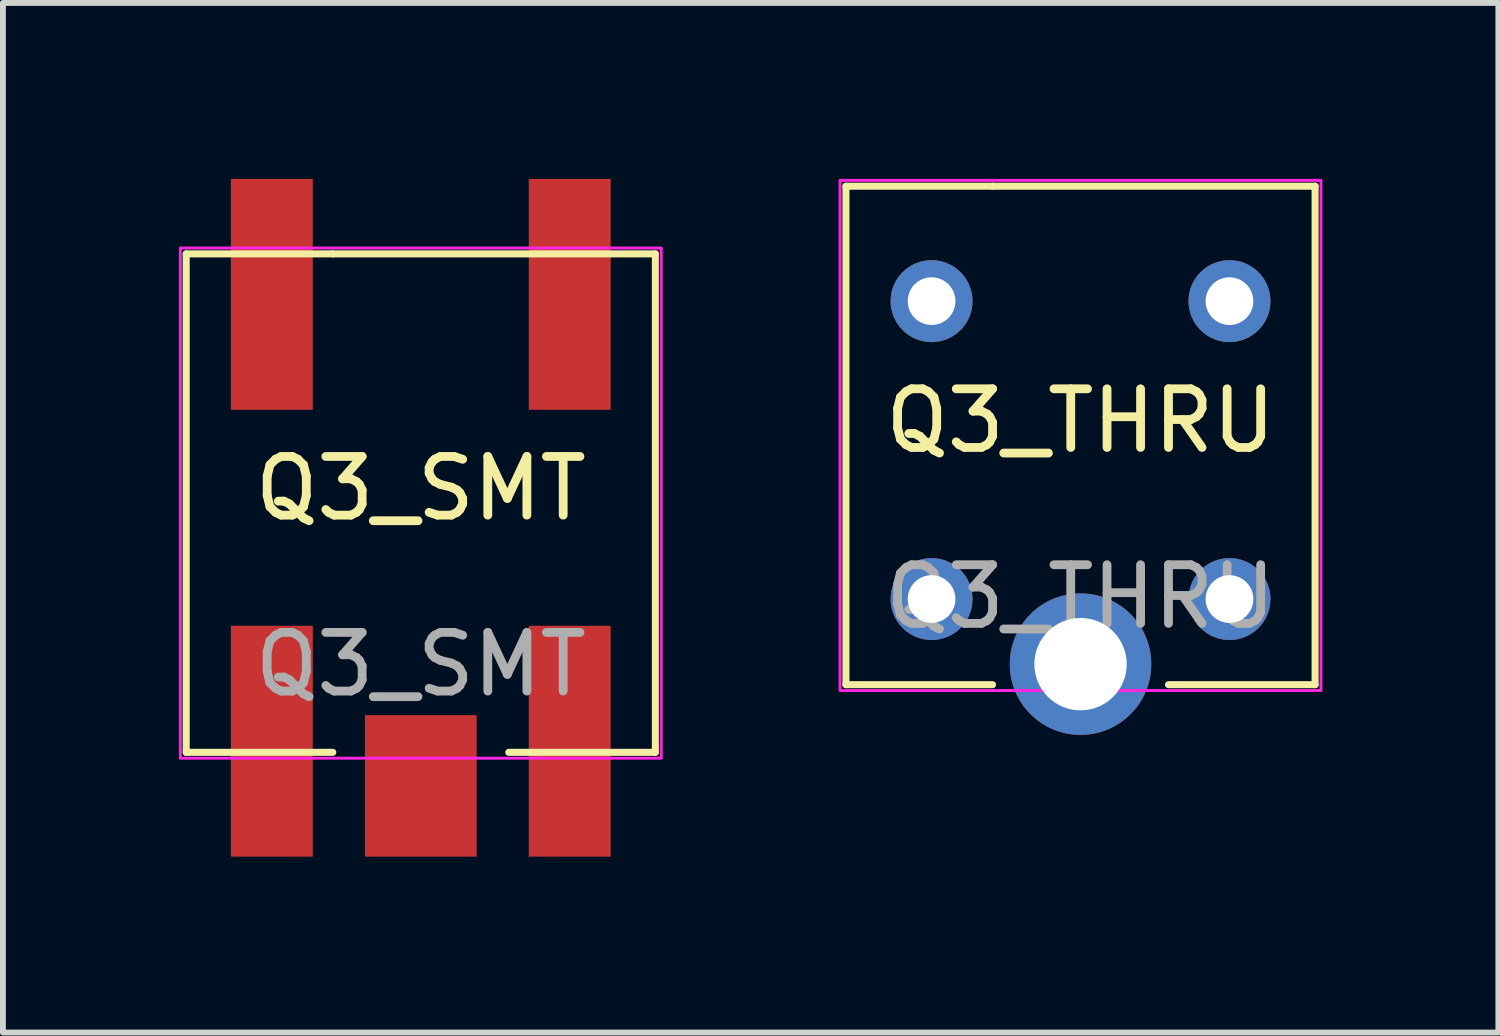
<source format=kicad_pcb>
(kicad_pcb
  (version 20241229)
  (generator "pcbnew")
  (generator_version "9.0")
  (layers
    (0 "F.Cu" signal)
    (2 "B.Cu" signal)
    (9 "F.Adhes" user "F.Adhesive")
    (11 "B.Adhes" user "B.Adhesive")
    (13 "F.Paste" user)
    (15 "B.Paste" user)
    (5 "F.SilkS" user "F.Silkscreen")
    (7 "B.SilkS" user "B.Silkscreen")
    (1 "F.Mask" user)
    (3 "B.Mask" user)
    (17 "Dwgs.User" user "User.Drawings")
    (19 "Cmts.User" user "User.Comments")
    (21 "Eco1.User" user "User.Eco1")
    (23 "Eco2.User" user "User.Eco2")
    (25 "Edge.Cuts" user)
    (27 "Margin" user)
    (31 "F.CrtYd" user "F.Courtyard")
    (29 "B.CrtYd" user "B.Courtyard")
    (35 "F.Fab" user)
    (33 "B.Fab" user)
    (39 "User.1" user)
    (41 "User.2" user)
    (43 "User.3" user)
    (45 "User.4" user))
  (footprint "Q3_SMT"
    (layer "F.Cu")
    (at 4.125 5.779)
    (property "Reference" "Q3_SMT" (at 0 -0.5 0) (unlocked yes) (layer "F.SilkS") (effects (font (size 1 1) (thickness 0.15))))
    (attr smd)
    (fp_line (start -4 -4.5) (end -1.5 -4.5) (stroke (width 0.12) (type solid)) (layer "F.SilkS"))
    (fp_line (start -4 4) (end -4 -4.5) (stroke (width 0.12) (type solid)) (layer "F.SilkS"))
    (fp_line (start -1.5 -4.5) (end 4 -4.5) (stroke (width 0.12) (type solid)) (layer "F.SilkS"))
    (fp_line (start -1.5 4) (end -4 4) (stroke (width 0.12) (type solid)) (layer "F.SilkS"))
    (fp_line (start 4 -4.5) (end 4 4) (stroke (width 0.12) (type solid)) (layer "F.SilkS"))
    (fp_line (start 4 4) (end 1.5 4) (stroke (width 0.12) (type solid)) (layer "F.SilkS"))
    (fp_rect (start -4.1 -4.6) (end 4.1 4.1) (stroke (width 0.05) (type solid)) (fill no) (layer "F.CrtYd"))
    (fp_text user "${REFERENCE}" (at 0 2.5 0) (unlocked yes) (layer "F.Fab") (effects (font (size 1 1) (thickness 0.15))))
    (pad "1" smd rect (at -2.54 -3.81) (size 1.397 3.937) (layers "F.Cu" "F.Mask" "F.Paste"))
    (pad "2" smd rect (at 2.54 -3.81) (size 1.397 3.937) (layers "F.Cu" "F.Mask" "F.Paste"))
    (pad "3" smd rect (at 2.54 3.81) (size 1.397 3.937) (layers "F.Cu" "F.Mask" "F.Paste"))
    (pad "4" smd rect (at -2.54 3.81) (size 1.397 3.937) (layers "F.Cu" "F.Mask" "F.Paste"))
    (pad "5" smd rect (at 0 4.572) (size 1.905 2.413) (layers "F.Cu" "F.Mask" "F.Paste")))
  (footprint "Q3_THRU"
    (layer "F.Cu")
    (at 15.375 4.625)
    (property "Reference" "Q3_THRU" (at 0 -0.5 0) (unlocked yes) (layer "F.SilkS") (effects (font (size 1 1) (thickness 0.15))))
    (attr smd)
    (fp_line (start -4 -4.5) (end -1.5 -4.5) (stroke (width 0.12) (type solid)) (layer "F.SilkS"))
    (fp_line (start -4 4) (end -4 -4.5) (stroke (width 0.12) (type solid)) (layer "F.SilkS"))
    (fp_line (start -1.5 -4.5) (end 4 -4.5) (stroke (width 0.12) (type solid)) (layer "F.SilkS"))
    (fp_line (start -1.5 4) (end -4 4) (stroke (width 0.12) (type solid)) (layer "F.SilkS"))
    (fp_line (start 4 -4.5) (end 4 4) (stroke (width 0.12) (type solid)) (layer "F.SilkS"))
    (fp_line (start 4 4) (end 1.5 4) (stroke (width 0.12) (type solid)) (layer "F.SilkS"))
    (fp_rect (start -4.1 -4.6) (end 4.1 4.1) (stroke (width 0.05) (type solid)) (fill no) (layer "F.CrtYd"))
    (fp_text user "${REFERENCE}" (at 0 2.5 0) (unlocked yes) (layer "F.Fab") (effects (font (size 1 1) (thickness 0.15))))
    (pad "1" thru_hole circle (at -2.54 -2.54) (size 1.397 1.397) (drill 0.813) (layers "*.Cu" "*.Mask"))
    (pad "2" thru_hole circle (at 2.54 -2.54) (size 1.397 1.397) (drill 0.813) (layers "*.Cu" "*.Mask"))
    (pad "3" thru_hole circle (at 2.54 2.54) (size 1.397 1.397) (drill 0.813) (layers "*.Cu" "*.Mask"))
    (pad "4" thru_hole circle (at -2.54 2.54) (size 1.397 1.397) (drill 0.813) (layers "*.Cu" "*.Mask"))
    (pad "5" thru_hole circle (at 0 3.65) (size 2.413 2.413) (drill 1.575) (layers "*.Cu" "*.Mask")))
  (gr_rect
    (start -3 -3)
    (end 22.5 14.557)
    (stroke (width 0.1) (type default))
    (fill no)
    (layer "Edge.Cuts")))
</source>
